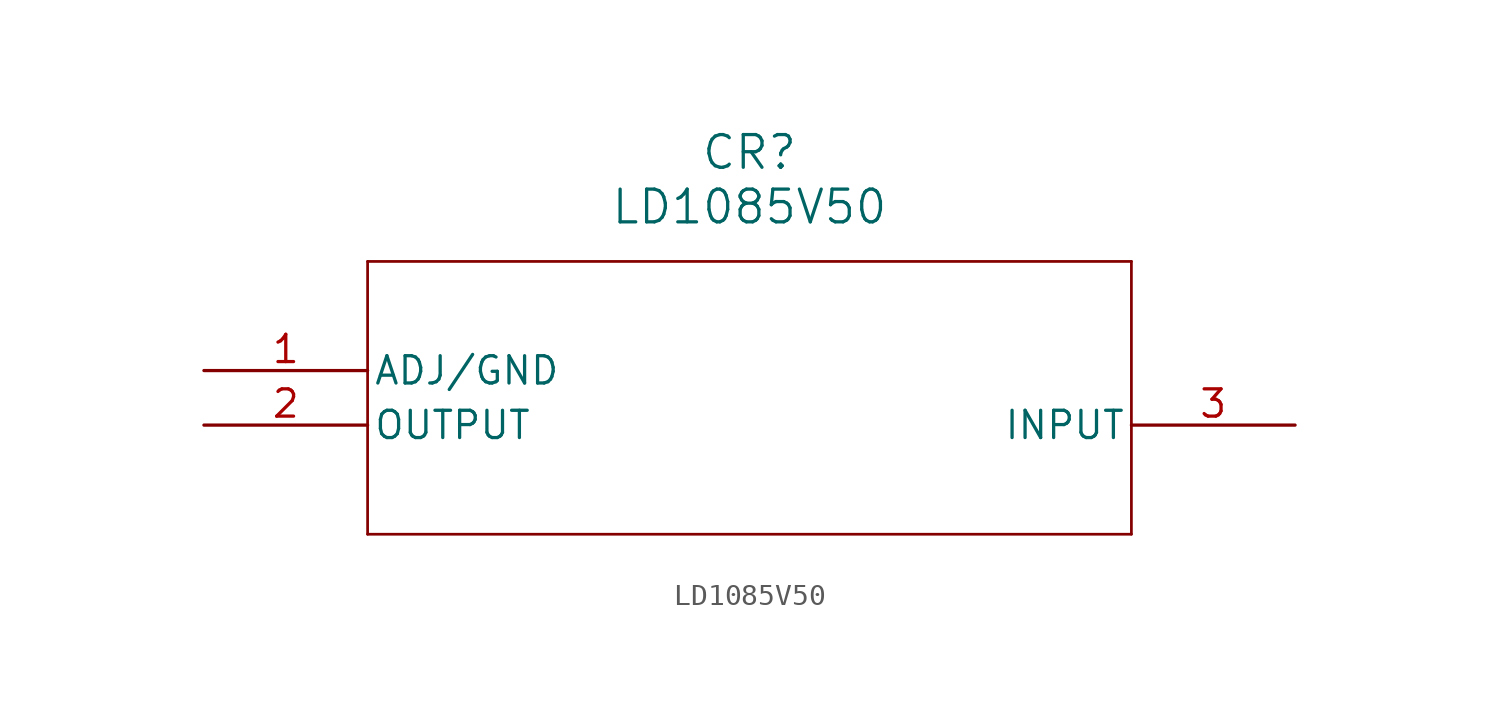
<source format=kicad_sym>
(kicad_symbol_lib
  (version 20211014)
  (generator kicad_symbol_editor)
  (symbol "LD1085V50"
    (pin_names
      (offset 0.254))
    (property "Reference" "CR"
      (at 25.4 10.16 0)
      (effects (font (size 1.524 1.524))))
    (property "Value" "LD1085V50"
      (at 25.4 7.62 0)
      (effects (font (size 1.524 1.524))))
    (symbol "LD1085V50_0_1"
      (polyline (pts (xy 7.62 5.08) (xy 7.62 -7.62)) (stroke (width 0.127) (type default) (color 0 0 0 0)) (fill (type none)))
      (polyline (pts (xy 7.62 -7.62) (xy 43.18 -7.62)) (stroke (width 0.127) (type default) (color 0 0 0 0)) (fill (type none)))
      (polyline (pts (xy 43.18 -7.62) (xy 43.18 5.08)) (stroke (width 0.127) (type default) (color 0 0 0 0)) (fill (type none)))
      (polyline (pts (xy 43.18 5.08) (xy 7.62 5.08)) (stroke (width 0.127) (type default) (color 0 0 0 0)) (fill (type none)))
      (pin power_out line (at 0 0 0) (length 7.62) (name "ADJ/GND" (effects (font (size 1.27 1.27)))) (number "1" (effects (font (size 1.27 1.27)))))
      (pin output line (at 0 -2.54 0) (length 7.62) (name "OUTPUT" (effects (font (size 1.27 1.27)))) (number "2" (effects (font (size 1.27 1.27)))))
      (pin input line (at 50.8 -2.54 180) (length 7.62) (name "INPUT" (effects (font (size 1.27 1.27)))) (number "3" (effects (font (size 1.27 1.27))))))))
</source>
